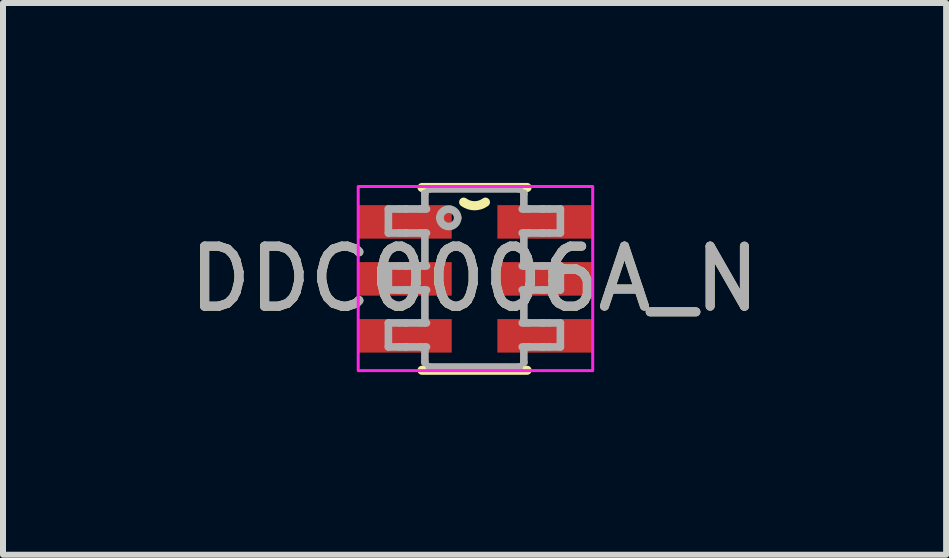
<source format=kicad_pcb>
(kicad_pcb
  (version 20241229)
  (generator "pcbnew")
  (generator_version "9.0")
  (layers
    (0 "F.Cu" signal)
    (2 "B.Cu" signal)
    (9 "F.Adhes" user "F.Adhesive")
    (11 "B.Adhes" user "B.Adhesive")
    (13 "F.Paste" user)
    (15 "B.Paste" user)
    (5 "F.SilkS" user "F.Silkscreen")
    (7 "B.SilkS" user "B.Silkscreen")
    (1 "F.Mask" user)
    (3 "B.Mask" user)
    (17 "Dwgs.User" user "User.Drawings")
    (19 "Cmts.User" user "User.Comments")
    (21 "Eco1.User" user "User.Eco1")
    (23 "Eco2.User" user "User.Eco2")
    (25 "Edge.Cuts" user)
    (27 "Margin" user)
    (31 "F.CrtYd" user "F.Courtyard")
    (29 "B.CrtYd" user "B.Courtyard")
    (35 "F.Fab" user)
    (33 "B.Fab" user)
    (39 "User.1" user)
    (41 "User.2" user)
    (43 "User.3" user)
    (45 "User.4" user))
  (footprint "DDC0006A_N"
    (layer "F.Cu")
    (at 4.863 1.6)
    (property "Reference" "DDC0006A_N" (at 0 0 0) (unlocked yes) (layer "F.SilkS") (effects (font (size 1 1) (thickness 0.15))))
    (attr smd)
    (fp_line (start -0.876 -1.524) (end 0.876 -1.524) (stroke (width 0.152) (type solid)) (layer "F.SilkS"))
    (fp_line (start -0.876 1.524) (end 0.876 1.524) (stroke (width 0.152) (type solid)) (layer "F.SilkS"))
    (fp_arc (start 0.181329 -1.279005) (mid 0 -1.2192) (end -0.181329 -1.279005) (stroke (width 0.1524) (type solid)) (layer "F.SilkS"))
    (fp_rect (start -1.94 -1.54) (end 1.97 1.53) (stroke (width 0.05) (type default)) (fill no) (layer "F.CrtYd"))
    (fp_line (start -1.437 -1.165) (end -1.251 -1.165) (stroke (width 0.127) (type solid)) (layer "F.Fab"))
    (fp_line (start -1.437 -0.765) (end -1.437 -1.165) (stroke (width 0.127) (type solid)) (layer "F.Fab"))
    (fp_line (start -1.437 -0.765) (end -1.251 -0.765) (stroke (width 0.127) (type solid)) (layer "F.Fab"))
    (fp_line (start -1.437 -0.215) (end -1.251 -0.215) (stroke (width 0.127) (type solid)) (layer "F.Fab"))
    (fp_line (start -1.437 0.185) (end -1.437 -0.215) (stroke (width 0.127) (type solid)) (layer "F.Fab"))
    (fp_line (start -1.437 0.185) (end -1.251 0.185) (stroke (width 0.127) (type solid)) (layer "F.Fab"))
    (fp_line (start -1.437 0.735) (end -1.251 0.735) (stroke (width 0.127) (type solid)) (layer "F.Fab"))
    (fp_line (start -1.437 1.135) (end -1.437 0.735) (stroke (width 0.127) (type solid)) (layer "F.Fab"))
    (fp_line (start -1.437 1.135) (end -1.251 1.135) (stroke (width 0.127) (type solid)) (layer "F.Fab"))
    (fp_line (start -1.251 -1.165) (end -1.159 -1.165) (stroke (width 0.127) (type solid)) (layer "F.Fab"))
    (fp_line (start -1.251 -0.765) (end -1.159 -0.765) (stroke (width 0.127) (type solid)) (layer "F.Fab"))
    (fp_line (start -1.251 -0.215) (end -1.159 -0.215) (stroke (width 0.127) (type solid)) (layer "F.Fab"))
    (fp_line (start -1.251 0.185) (end -1.159 0.185) (stroke (width 0.127) (type solid)) (layer "F.Fab"))
    (fp_line (start -1.251 0.735) (end -1.159 0.735) (stroke (width 0.127) (type solid)) (layer "F.Fab"))
    (fp_line (start -1.251 1.135) (end -1.159 1.135) (stroke (width 0.127) (type solid)) (layer "F.Fab"))
    (fp_line (start -1.159 -1.165) (end -1.128 -1.165) (stroke (width 0.127) (type solid)) (layer "F.Fab"))
    (fp_line (start -1.159 -0.765) (end -1.128 -0.765) (stroke (width 0.127) (type solid)) (layer "F.Fab"))
    (fp_line (start -1.159 -0.215) (end -1.128 -0.215) (stroke (width 0.127) (type solid)) (layer "F.Fab"))
    (fp_line (start -1.159 0.185) (end -1.128 0.185) (stroke (width 0.127) (type solid)) (layer "F.Fab"))
    (fp_line (start -1.159 0.735) (end -1.128 0.735) (stroke (width 0.127) (type solid)) (layer "F.Fab"))
    (fp_line (start -1.159 1.135) (end -1.128 1.135) (stroke (width 0.127) (type solid)) (layer "F.Fab"))
    (fp_line (start -1.128 -1.165) (end -0.903 -1.165) (stroke (width 0.127) (type solid)) (layer "F.Fab"))
    (fp_line (start -1.128 -0.765) (end -0.903 -0.765) (stroke (width 0.127) (type solid)) (layer "F.Fab"))
    (fp_line (start -1.128 -0.215) (end -0.903 -0.215) (stroke (width 0.127) (type solid)) (layer "F.Fab"))
    (fp_line (start -1.128 0.185) (end -0.903 0.185) (stroke (width 0.127) (type solid)) (layer "F.Fab"))
    (fp_line (start -1.128 0.735) (end -0.903 0.735) (stroke (width 0.127) (type solid)) (layer "F.Fab"))
    (fp_line (start -1.128 1.135) (end -0.903 1.135) (stroke (width 0.127) (type solid)) (layer "F.Fab"))
    (fp_line (start -0.903 -1.165) (end -0.801 -1.165) (stroke (width 0.127) (type solid)) (layer "F.Fab"))
    (fp_line (start -0.903 -0.765) (end -0.801 -0.765) (stroke (width 0.127) (type solid)) (layer "F.Fab"))
    (fp_line (start -0.903 -0.215) (end -0.801 -0.215) (stroke (width 0.127) (type solid)) (layer "F.Fab"))
    (fp_line (start -0.903 0.185) (end -0.801 0.185) (stroke (width 0.127) (type solid)) (layer "F.Fab"))
    (fp_line (start -0.903 0.735) (end -0.801 0.735) (stroke (width 0.127) (type solid)) (layer "F.Fab"))
    (fp_line (start -0.903 1.135) (end -0.801 1.135) (stroke (width 0.127) (type solid)) (layer "F.Fab"))
    (fp_line (start -0.828 -1.422) (end -0.828 -1.426) (stroke (width 0.127) (type solid)) (layer "F.Fab"))
    (fp_line (start -0.828 -1.165) (end -0.828 -1.422) (stroke (width 0.127) (type solid)) (layer "F.Fab"))
    (fp_line (start -0.828 -0.215) (end -0.828 -0.765) (stroke (width 0.127) (type solid)) (layer "F.Fab"))
    (fp_line (start -0.828 0.735) (end -0.828 0.185) (stroke (width 0.127) (type solid)) (layer "F.Fab"))
    (fp_line (start -0.828 1.392) (end -0.828 1.135) (stroke (width 0.127) (type solid)) (layer "F.Fab"))
    (fp_line (start -0.828 1.395) (end -0.828 1.392) (stroke (width 0.127) (type solid)) (layer "F.Fab"))
    (fp_line (start -0.754 -1.5) (end -0.75 -1.5) (stroke (width 0.127) (type solid)) (layer "F.Fab"))
    (fp_line (start -0.754 1.47) (end -0.75 1.47) (stroke (width 0.127) (type solid)) (layer "F.Fab"))
    (fp_line (start -0.75 -1.5) (end 0.743 -1.5) (stroke (width 0.127) (type solid)) (layer "F.Fab"))
    (fp_line (start -0.75 1.47) (end 0.743 1.47) (stroke (width 0.127) (type solid)) (layer "F.Fab"))
    (fp_line (start 0.743 -1.5) (end 0.747 -1.5) (stroke (width 0.127) (type solid)) (layer "F.Fab"))
    (fp_line (start 0.743 1.47) (end 0.747 1.47) (stroke (width 0.127) (type solid)) (layer "F.Fab"))
    (fp_line (start 0.795 -1.165) (end 0.896 -1.165) (stroke (width 0.127) (type solid)) (layer "F.Fab"))
    (fp_line (start 0.795 -0.765) (end 0.896 -0.765) (stroke (width 0.127) (type solid)) (layer "F.Fab"))
    (fp_line (start 0.795 -0.215) (end 0.896 -0.215) (stroke (width 0.127) (type solid)) (layer "F.Fab"))
    (fp_line (start 0.795 0.185) (end 0.896 0.185) (stroke (width 0.127) (type solid)) (layer "F.Fab"))
    (fp_line (start 0.795 0.735) (end 0.896 0.735) (stroke (width 0.127) (type solid)) (layer "F.Fab"))
    (fp_line (start 0.795 1.135) (end 0.896 1.135) (stroke (width 0.127) (type solid)) (layer "F.Fab"))
    (fp_line (start 0.822 -1.422) (end 0.822 -1.426) (stroke (width 0.127) (type solid)) (layer "F.Fab"))
    (fp_line (start 0.822 -1.165) (end 0.822 -1.422) (stroke (width 0.127) (type solid)) (layer "F.Fab"))
    (fp_line (start 0.822 -0.215) (end 0.822 -0.765) (stroke (width 0.127) (type solid)) (layer "F.Fab"))
    (fp_line (start 0.822 0.735) (end 0.822 0.185) (stroke (width 0.127) (type solid)) (layer "F.Fab"))
    (fp_line (start 0.822 1.392) (end 0.822 1.135) (stroke (width 0.127) (type solid)) (layer "F.Fab"))
    (fp_line (start 0.822 1.395) (end 0.822 1.392) (stroke (width 0.127) (type solid)) (layer "F.Fab"))
    (fp_line (start 0.896 -1.165) (end 1.122 -1.165) (stroke (width 0.127) (type solid)) (layer "F.Fab"))
    (fp_line (start 0.896 -0.765) (end 1.122 -0.765) (stroke (width 0.127) (type solid)) (layer "F.Fab"))
    (fp_line (start 0.896 -0.215) (end 1.122 -0.215) (stroke (width 0.127) (type solid)) (layer "F.Fab"))
    (fp_line (start 0.896 0.185) (end 1.122 0.185) (stroke (width 0.127) (type solid)) (layer "F.Fab"))
    (fp_line (start 0.896 0.735) (end 1.122 0.735) (stroke (width 0.127) (type solid)) (layer "F.Fab"))
    (fp_line (start 0.896 1.135) (end 1.122 1.135) (stroke (width 0.127) (type solid)) (layer "F.Fab"))
    (fp_line (start 1.122 -1.165) (end 1.152 -1.165) (stroke (width 0.127) (type solid)) (layer "F.Fab"))
    (fp_line (start 1.122 -0.765) (end 1.152 -0.765) (stroke (width 0.127) (type solid)) (layer "F.Fab"))
    (fp_line (start 1.122 -0.215) (end 1.152 -0.215) (stroke (width 0.127) (type solid)) (layer "F.Fab"))
    (fp_line (start 1.122 0.185) (end 1.152 0.185) (stroke (width 0.127) (type solid)) (layer "F.Fab"))
    (fp_line (start 1.122 0.735) (end 1.152 0.735) (stroke (width 0.127) (type solid)) (layer "F.Fab"))
    (fp_line (start 1.122 1.135) (end 1.152 1.135) (stroke (width 0.127) (type solid)) (layer "F.Fab"))
    (fp_line (start 1.152 -1.165) (end 1.245 -1.165) (stroke (width 0.127) (type solid)) (layer "F.Fab"))
    (fp_line (start 1.152 -0.765) (end 1.245 -0.765) (stroke (width 0.127) (type solid)) (layer "F.Fab"))
    (fp_line (start 1.152 -0.215) (end 1.245 -0.215) (stroke (width 0.127) (type solid)) (layer "F.Fab"))
    (fp_line (start 1.152 0.185) (end 1.245 0.185) (stroke (width 0.127) (type solid)) (layer "F.Fab"))
    (fp_line (start 1.152 0.735) (end 1.245 0.735) (stroke (width 0.127) (type solid)) (layer "F.Fab"))
    (fp_line (start 1.152 1.135) (end 1.245 1.135) (stroke (width 0.127) (type solid)) (layer "F.Fab"))
    (fp_line (start 1.245 -1.165) (end 1.431 -1.165) (stroke (width 0.127) (type solid)) (layer "F.Fab"))
    (fp_line (start 1.245 -0.765) (end 1.431 -0.765) (stroke (width 0.127) (type solid)) (layer "F.Fab"))
    (fp_line (start 1.245 -0.215) (end 1.431 -0.215) (stroke (width 0.127) (type solid)) (layer "F.Fab"))
    (fp_line (start 1.245 0.185) (end 1.431 0.185) (stroke (width 0.127) (type solid)) (layer "F.Fab"))
    (fp_line (start 1.245 0.735) (end 1.431 0.735) (stroke (width 0.127) (type solid)) (layer "F.Fab"))
    (fp_line (start 1.245 1.135) (end 1.431 1.135) (stroke (width 0.127) (type solid)) (layer "F.Fab"))
    (fp_line (start 1.431 -0.765) (end 1.431 -1.165) (stroke (width 0.127) (type solid)) (layer "F.Fab"))
    (fp_line (start 1.431 0.185) (end 1.431 -0.215) (stroke (width 0.127) (type solid)) (layer "F.Fab"))
    (fp_line (start 1.431 1.135) (end 1.431 0.735) (stroke (width 0.127) (type solid)) (layer "F.Fab"))
    (fp_arc (start -0.578322 -1.017679) (mid -0.429542 -1.166459) (end -0.280761 -1.017679) (stroke (width 0.127) (type solid)) (layer "F.Fab"))
    (fp_arc (start -0.280761 -1.017679) (mid -0.429542 -0.868898) (end -0.578322 -1.017679) (stroke (width 0.127) (type solid)) (layer "F.Fab"))
    (fp_text user "${REFERENCE}" (at 0 0 0) (unlocked yes) (layer "F.Fab") (effects (font (size 1 1) (thickness 0.15))))
    (pad "1" smd rect (at -1.168 -0.95) (size 1.575 0.559) (layers "F.Cu" "F.Mask" "F.Paste"))
    (pad "2" smd rect (at -1.168 0) (size 1.575 0.559) (layers "F.Cu" "F.Mask" "F.Paste"))
    (pad "3" smd rect (at -1.168 0.95) (size 1.575 0.559) (layers "F.Cu" "F.Mask" "F.Paste"))
    (pad "4" smd rect (at 1.168 0.95) (size 1.575 0.559) (layers "F.Cu" "F.Mask" "F.Paste"))
    (pad "5" smd rect (at 1.168 0) (size 1.575 0.559) (layers "F.Cu" "F.Mask" "F.Paste"))
    (pad "6" smd rect (at 1.168 -0.95) (size 1.575 0.559) (layers "F.Cu" "F.Mask" "F.Paste")))
  (gr_rect
    (start -3 -3)
    (end 12.726 6.2)
    (stroke (width 0.1) (type default))
    (fill no)
    (layer "Edge.Cuts")))
</source>
